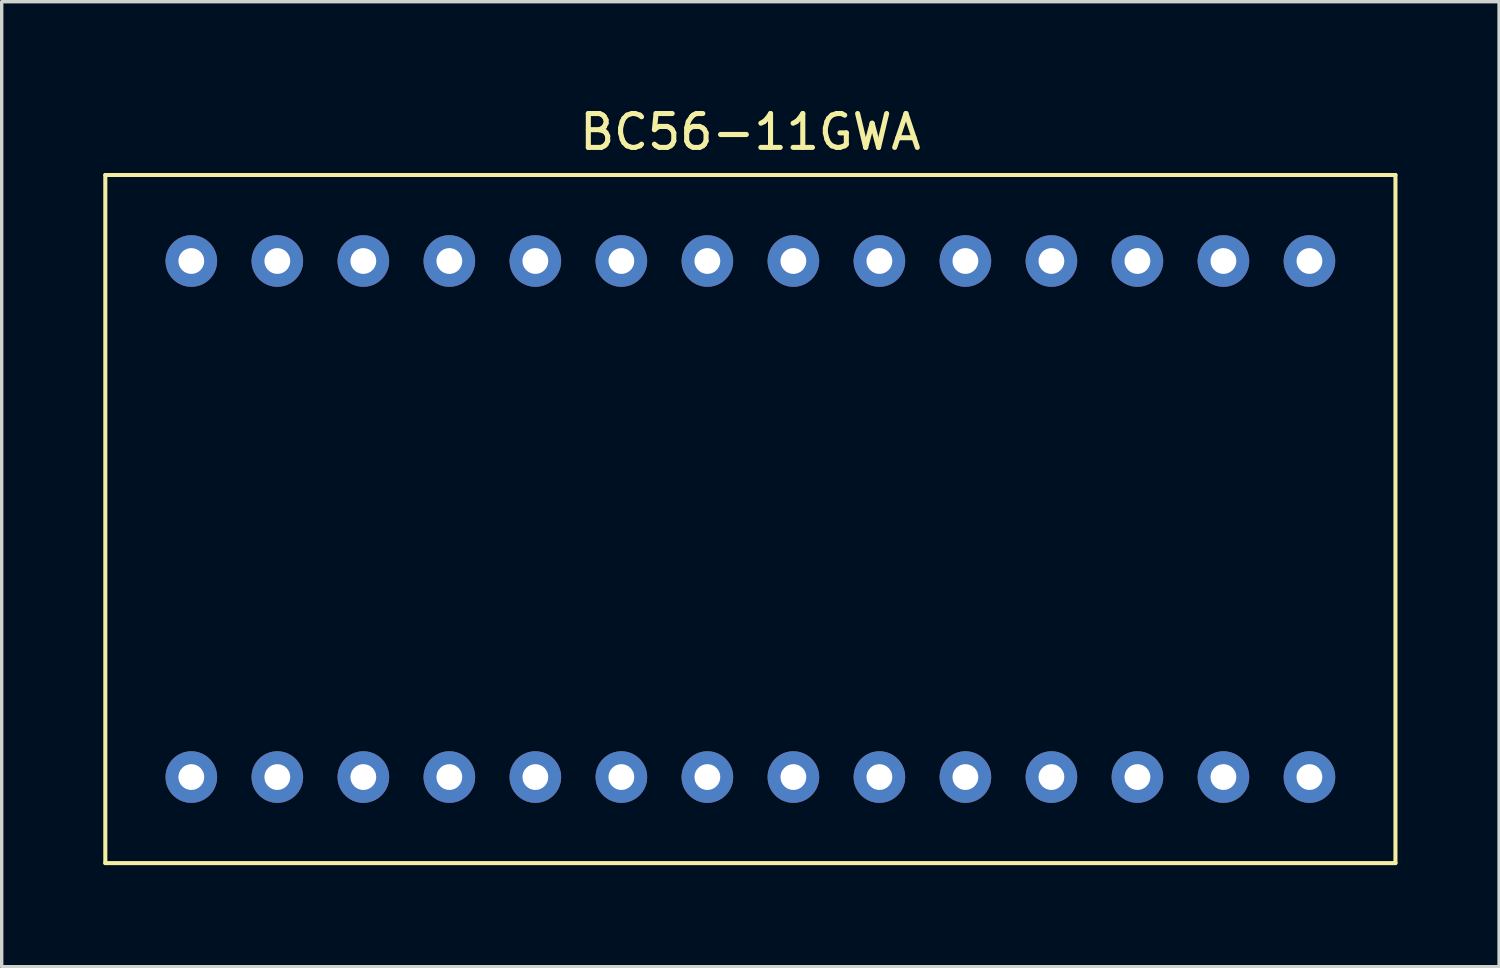
<source format=kicad_pcb>
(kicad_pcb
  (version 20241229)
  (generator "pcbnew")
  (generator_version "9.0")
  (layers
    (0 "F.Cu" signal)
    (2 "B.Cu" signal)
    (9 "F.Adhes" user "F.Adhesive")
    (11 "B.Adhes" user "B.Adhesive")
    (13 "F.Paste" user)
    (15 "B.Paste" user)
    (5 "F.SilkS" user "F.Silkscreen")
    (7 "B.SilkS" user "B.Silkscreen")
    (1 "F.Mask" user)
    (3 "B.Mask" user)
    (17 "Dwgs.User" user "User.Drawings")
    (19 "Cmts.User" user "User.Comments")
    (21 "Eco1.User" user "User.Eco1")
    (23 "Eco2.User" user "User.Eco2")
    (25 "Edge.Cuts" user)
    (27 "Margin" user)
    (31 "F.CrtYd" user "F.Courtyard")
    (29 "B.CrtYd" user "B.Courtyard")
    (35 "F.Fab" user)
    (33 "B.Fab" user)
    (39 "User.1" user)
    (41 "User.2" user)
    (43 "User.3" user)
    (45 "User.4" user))
  (footprint "BC56-11GWA"
    (layer "F.Cu")
    (at 19.11 2.118)
    (property "Reference" "BC56-11GWA" (at 0 -1.27 0) (layer "F.SilkS") (effects (font (size 1 1) (thickness 0.15))))
    (attr through_hole)
    (fp_line (start -19.05 0) (end 19.05 0) (stroke (width 0.12) (type solid)) (layer "F.SilkS"))
    (fp_line (start -19.05 20.32) (end -19.05 0) (stroke (width 0.12) (type solid)) (layer "F.SilkS"))
    (fp_line (start 19.05 0) (end 19.05 20.32) (stroke (width 0.12) (type solid)) (layer "F.SilkS"))
    (fp_line (start 19.05 20.32) (end -19.05 20.32) (stroke (width 0.12) (type solid)) (layer "F.SilkS"))
    (pad "1" thru_hole circle (at -16.51 17.78) (size 1.524 1.524) (drill 0.762) (layers "*.Cu" "*.Mask"))
    (pad "2" thru_hole circle (at -13.97 17.78) (size 1.524 1.524) (drill 0.762) (layers "*.Cu" "*.Mask"))
    (pad "3" thru_hole circle (at -11.43 17.78) (size 1.524 1.524) (drill 0.762) (layers "*.Cu" "*.Mask"))
    (pad "4" thru_hole circle (at -8.89 17.78) (size 1.524 1.524) (drill 0.762) (layers "*.Cu" "*.Mask"))
    (pad "5" thru_hole circle (at -6.35 17.78) (size 1.524 1.524) (drill 0.762) (layers "*.Cu" "*.Mask"))
    (pad "6" thru_hole circle (at -3.81 17.78) (size 1.524 1.524) (drill 0.762) (layers "*.Cu" "*.Mask"))
    (pad "7" thru_hole circle (at -1.27 17.78) (size 1.524 1.524) (drill 0.762) (layers "*.Cu" "*.Mask"))
    (pad "8" thru_hole circle (at 1.27 17.78) (size 1.524 1.524) (drill 0.762) (layers "*.Cu" "*.Mask"))
    (pad "9" thru_hole circle (at 3.81 17.78) (size 1.524 1.524) (drill 0.762) (layers "*.Cu" "*.Mask"))
    (pad "10" thru_hole circle (at 6.35 17.78) (size 1.524 1.524) (drill 0.762) (layers "*.Cu" "*.Mask"))
    (pad "11" thru_hole circle (at 8.89 17.78) (size 1.524 1.524) (drill 0.762) (layers "*.Cu" "*.Mask"))
    (pad "12" thru_hole circle (at 11.43 17.78) (size 1.524 1.524) (drill 0.762) (layers "*.Cu" "*.Mask"))
    (pad "13" thru_hole circle (at 13.97 17.78) (size 1.524 1.524) (drill 0.762) (layers "*.Cu" "*.Mask"))
    (pad "14" thru_hole circle (at 16.51 17.78) (size 1.524 1.524) (drill 0.762) (layers "*.Cu" "*.Mask"))
    (pad "15" thru_hole circle (at 16.51 2.54) (size 1.524 1.524) (drill 0.762) (layers "*.Cu" "*.Mask"))
    (pad "16" thru_hole circle (at 13.97 2.54) (size 1.524 1.524) (drill 0.762) (layers "*.Cu" "*.Mask"))
    (pad "17" thru_hole circle (at 11.43 2.54) (size 1.524 1.524) (drill 0.762) (layers "*.Cu" "*.Mask"))
    (pad "18" thru_hole circle (at 8.89 2.54) (size 1.524 1.524) (drill 0.762) (layers "*.Cu" "*.Mask"))
    (pad "19" thru_hole circle (at 6.35 2.54) (size 1.524 1.524) (drill 0.762) (layers "*.Cu" "*.Mask"))
    (pad "20" thru_hole circle (at 3.81 2.54) (size 1.524 1.524) (drill 0.762) (layers "*.Cu" "*.Mask"))
    (pad "21" thru_hole circle (at 1.27 2.54) (size 1.524 1.524) (drill 0.762) (layers "*.Cu" "*.Mask"))
    (pad "22" thru_hole circle (at -1.27 2.54) (size 1.524 1.524) (drill 0.762) (layers "*.Cu" "*.Mask"))
    (pad "23" thru_hole circle (at -3.81 2.54) (size 1.524 1.524) (drill 0.762) (layers "*.Cu" "*.Mask"))
    (pad "24" thru_hole circle (at -6.35 2.54) (size 1.524 1.524) (drill 0.762) (layers "*.Cu" "*.Mask"))
    (pad "25" thru_hole circle (at -8.89 2.54) (size 1.524 1.524) (drill 0.762) (layers "*.Cu" "*.Mask"))
    (pad "26" thru_hole circle (at -11.43 2.54) (size 1.524 1.524) (drill 0.762) (layers "*.Cu" "*.Mask"))
    (pad "27" thru_hole circle (at -13.97 2.54) (size 1.524 1.524) (drill 0.762) (layers "*.Cu" "*.Mask"))
    (pad "28" thru_hole circle (at -16.51 2.54) (size 1.524 1.524) (drill 0.762) (layers "*.Cu" "*.Mask")))
  (gr_rect
    (start -3 -3)
    (end 41.22 25.498)
    (stroke (width 0.1) (type default))
    (fill no)
    (layer "Edge.Cuts")))
</source>
